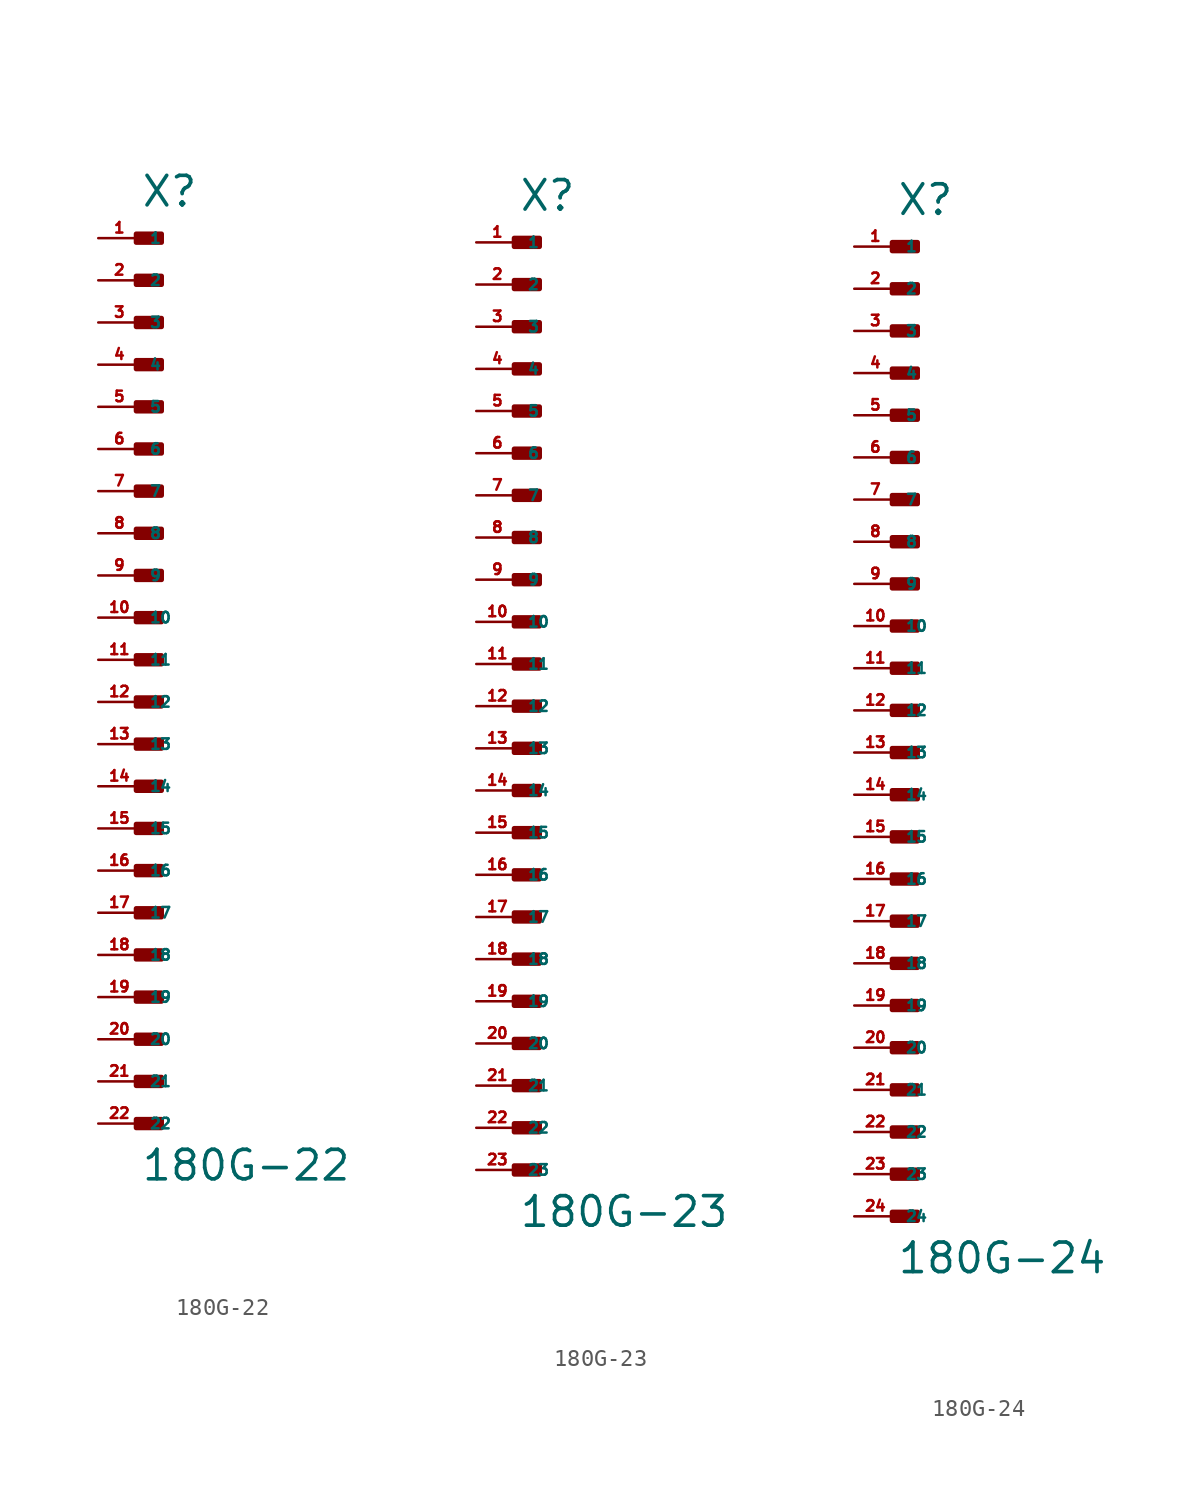
<source format=kicad_sym>
(kicad_symbol_lib
  (version 20220914)
  (generator Eagle2Kicad)
  (symbol "180G-22"
    (property "Reference" "X"
      (at 0 27.178 0)
      (effects (font (size 1.778 1.778) (thickness 0.22)) (justify left bottom)))
    (property "Value" "180G-22"
      (at 0 -31.496 0)
      (effects (font (size 1.778 1.778) (thickness 0.22)) (justify left bottom)))
    (rectangle
      (start -0.254 25.146)
      (end 1.27 25.654)
      (stroke (width 0.3) (type default))
      (fill (type outline)))
    (rectangle
      (start -0.254 22.606)
      (end 1.27 23.114)
      (stroke (width 0.3) (type default))
      (fill (type outline)))
    (rectangle
      (start -0.254 20.066)
      (end 1.27 20.574)
      (stroke (width 0.3) (type default))
      (fill (type outline)))
    (rectangle
      (start -0.254 17.526)
      (end 1.27 18.034)
      (stroke (width 0.3) (type default))
      (fill (type outline)))
    (rectangle
      (start -0.254 14.986)
      (end 1.27 15.494)
      (stroke (width 0.3) (type default))
      (fill (type outline)))
    (rectangle
      (start -0.254 12.446)
      (end 1.27 12.954)
      (stroke (width 0.3) (type default))
      (fill (type outline)))
    (rectangle
      (start -0.254 9.906)
      (end 1.27 10.414)
      (stroke (width 0.3) (type default))
      (fill (type outline)))
    (rectangle
      (start -0.254 7.366)
      (end 1.27 7.874)
      (stroke (width 0.3) (type default))
      (fill (type outline)))
    (rectangle
      (start -0.254 4.826)
      (end 1.27 5.334)
      (stroke (width 0.3) (type default))
      (fill (type outline)))
    (rectangle
      (start -0.254 2.286)
      (end 1.27 2.794)
      (stroke (width 0.3) (type default))
      (fill (type outline)))
    (rectangle
      (start -0.254 -0.254)
      (end 1.27 0.254)
      (stroke (width 0.3) (type default))
      (fill (type outline)))
    (rectangle
      (start -0.254 -2.794)
      (end 1.27 -2.286)
      (stroke (width 0.3) (type default))
      (fill (type outline)))
    (rectangle
      (start -0.254 -5.334)
      (end 1.27 -4.826)
      (stroke (width 0.3) (type default))
      (fill (type outline)))
    (rectangle
      (start -0.254 -7.874)
      (end 1.27 -7.366)
      (stroke (width 0.3) (type default))
      (fill (type outline)))
    (rectangle
      (start -0.254 -10.414)
      (end 1.27 -9.906)
      (stroke (width 0.3) (type default))
      (fill (type outline)))
    (rectangle
      (start -0.254 -12.954)
      (end 1.27 -12.446)
      (stroke (width 0.3) (type default))
      (fill (type outline)))
    (rectangle
      (start -0.254 -15.494)
      (end 1.27 -14.986)
      (stroke (width 0.3) (type default))
      (fill (type outline)))
    (rectangle
      (start -0.254 -18.034)
      (end 1.27 -17.526)
      (stroke (width 0.3) (type default))
      (fill (type outline)))
    (rectangle
      (start -0.254 -20.574)
      (end 1.27 -20.066)
      (stroke (width 0.3) (type default))
      (fill (type outline)))
    (rectangle
      (start -0.254 -23.114)
      (end 1.27 -22.606)
      (stroke (width 0.3) (type default))
      (fill (type outline)))
    (rectangle
      (start -0.254 -25.654)
      (end 1.27 -25.146)
      (stroke (width 0.3) (type default))
      (fill (type outline)))
    (rectangle
      (start -0.254 -28.194)
      (end 1.27 -27.686)
      (stroke (width 0.3) (type default))
      (fill (type outline)))
    (pin passive line
      (at -2.54 25.4 0)
      (length 2.54)
      (name "1" (effects (font (size 0.635 0.635) (thickness 0.08)) (justify left bottom)))
      (number "1" (effects (font (size 0.635 0.635) (thickness 0.08)) (justify left bottom))))
    (pin passive line
      (at -2.54 22.86 0)
      (length 2.54)
      (name "2" (effects (font (size 0.635 0.635) (thickness 0.08)) (justify left bottom)))
      (number "2" (effects (font (size 0.635 0.635) (thickness 0.08)) (justify left bottom))))
    (pin passive line
      (at -2.54 20.32 0)
      (length 2.54)
      (name "3" (effects (font (size 0.635 0.635) (thickness 0.08)) (justify left bottom)))
      (number "3" (effects (font (size 0.635 0.635) (thickness 0.08)) (justify left bottom))))
    (pin passive line
      (at -2.54 17.78 0)
      (length 2.54)
      (name "4" (effects (font (size 0.635 0.635) (thickness 0.08)) (justify left bottom)))
      (number "4" (effects (font (size 0.635 0.635) (thickness 0.08)) (justify left bottom))))
    (pin passive line
      (at -2.54 15.24 0)
      (length 2.54)
      (name "5" (effects (font (size 0.635 0.635) (thickness 0.08)) (justify left bottom)))
      (number "5" (effects (font (size 0.635 0.635) (thickness 0.08)) (justify left bottom))))
    (pin passive line
      (at -2.54 12.7 0)
      (length 2.54)
      (name "6" (effects (font (size 0.635 0.635) (thickness 0.08)) (justify left bottom)))
      (number "6" (effects (font (size 0.635 0.635) (thickness 0.08)) (justify left bottom))))
    (pin passive line
      (at -2.54 10.16 0)
      (length 2.54)
      (name "7" (effects (font (size 0.635 0.635) (thickness 0.08)) (justify left bottom)))
      (number "7" (effects (font (size 0.635 0.635) (thickness 0.08)) (justify left bottom))))
    (pin passive line
      (at -2.54 7.62 0)
      (length 2.54)
      (name "8" (effects (font (size 0.635 0.635) (thickness 0.08)) (justify left bottom)))
      (number "8" (effects (font (size 0.635 0.635) (thickness 0.08)) (justify left bottom))))
    (pin passive line
      (at -2.54 5.08 0)
      (length 2.54)
      (name "9" (effects (font (size 0.635 0.635) (thickness 0.08)) (justify left bottom)))
      (number "9" (effects (font (size 0.635 0.635) (thickness 0.08)) (justify left bottom))))
    (pin passive line
      (at -2.54 2.54 0)
      (length 2.54)
      (name "10" (effects (font (size 0.635 0.635) (thickness 0.08)) (justify left bottom)))
      (number "10" (effects (font (size 0.635 0.635) (thickness 0.08)) (justify left bottom))))
    (pin passive line
      (at -2.54 0 0)
      (length 2.54)
      (name "11" (effects (font (size 0.635 0.635) (thickness 0.08)) (justify left bottom)))
      (number "11" (effects (font (size 0.635 0.635) (thickness 0.08)) (justify left bottom))))
    (pin passive line
      (at -2.54 -2.54 0)
      (length 2.54)
      (name "12" (effects (font (size 0.635 0.635) (thickness 0.08)) (justify left bottom)))
      (number "12" (effects (font (size 0.635 0.635) (thickness 0.08)) (justify left bottom))))
    (pin passive line
      (at -2.54 -5.08 0)
      (length 2.54)
      (name "13" (effects (font (size 0.635 0.635) (thickness 0.08)) (justify left bottom)))
      (number "13" (effects (font (size 0.635 0.635) (thickness 0.08)) (justify left bottom))))
    (pin passive line
      (at -2.54 -7.62 0)
      (length 2.54)
      (name "14" (effects (font (size 0.635 0.635) (thickness 0.08)) (justify left bottom)))
      (number "14" (effects (font (size 0.635 0.635) (thickness 0.08)) (justify left bottom))))
    (pin passive line
      (at -2.54 -10.16 0)
      (length 2.54)
      (name "15" (effects (font (size 0.635 0.635) (thickness 0.08)) (justify left bottom)))
      (number "15" (effects (font (size 0.635 0.635) (thickness 0.08)) (justify left bottom))))
    (pin passive line
      (at -2.54 -12.7 0)
      (length 2.54)
      (name "16" (effects (font (size 0.635 0.635) (thickness 0.08)) (justify left bottom)))
      (number "16" (effects (font (size 0.635 0.635) (thickness 0.08)) (justify left bottom))))
    (pin passive line
      (at -2.54 -15.24 0)
      (length 2.54)
      (name "17" (effects (font (size 0.635 0.635) (thickness 0.08)) (justify left bottom)))
      (number "17" (effects (font (size 0.635 0.635) (thickness 0.08)) (justify left bottom))))
    (pin passive line
      (at -2.54 -17.78 0)
      (length 2.54)
      (name "18" (effects (font (size 0.635 0.635) (thickness 0.08)) (justify left bottom)))
      (number "18" (effects (font (size 0.635 0.635) (thickness 0.08)) (justify left bottom))))
    (pin passive line
      (at -2.54 -20.32 0)
      (length 2.54)
      (name "19" (effects (font (size 0.635 0.635) (thickness 0.08)) (justify left bottom)))
      (number "19" (effects (font (size 0.635 0.635) (thickness 0.08)) (justify left bottom))))
    (pin passive line
      (at -2.54 -22.86 0)
      (length 2.54)
      (name "20" (effects (font (size 0.635 0.635) (thickness 0.08)) (justify left bottom)))
      (number "20" (effects (font (size 0.635 0.635) (thickness 0.08)) (justify left bottom))))
    (pin passive line
      (at -2.54 -25.4 0)
      (length 2.54)
      (name "21" (effects (font (size 0.635 0.635) (thickness 0.08)) (justify left bottom)))
      (number "21" (effects (font (size 0.635 0.635) (thickness 0.08)) (justify left bottom))))
    (pin passive line
      (at -2.54 -27.94 0)
      (length 2.54)
      (name "22" (effects (font (size 0.635 0.635) (thickness 0.08)) (justify left bottom)))
      (number "22" (effects (font (size 0.635 0.635) (thickness 0.08)) (justify left bottom)))))
  (symbol "180G-23"
    (property "Reference" "X"
      (at 0 27.178 0)
      (effects (font (size 1.778 1.778) (thickness 0.22)) (justify left bottom)))
    (property "Value" "180G-23"
      (at 0 -34.036 0)
      (effects (font (size 1.778 1.778) (thickness 0.22)) (justify left bottom)))
    (rectangle
      (start -0.254 25.146)
      (end 1.27 25.654)
      (stroke (width 0.3) (type default))
      (fill (type outline)))
    (rectangle
      (start -0.254 22.606)
      (end 1.27 23.114)
      (stroke (width 0.3) (type default))
      (fill (type outline)))
    (rectangle
      (start -0.254 20.066)
      (end 1.27 20.574)
      (stroke (width 0.3) (type default))
      (fill (type outline)))
    (rectangle
      (start -0.254 17.526)
      (end 1.27 18.034)
      (stroke (width 0.3) (type default))
      (fill (type outline)))
    (rectangle
      (start -0.254 14.986)
      (end 1.27 15.494)
      (stroke (width 0.3) (type default))
      (fill (type outline)))
    (rectangle
      (start -0.254 12.446)
      (end 1.27 12.954)
      (stroke (width 0.3) (type default))
      (fill (type outline)))
    (rectangle
      (start -0.254 9.906)
      (end 1.27 10.414)
      (stroke (width 0.3) (type default))
      (fill (type outline)))
    (rectangle
      (start -0.254 7.366)
      (end 1.27 7.874)
      (stroke (width 0.3) (type default))
      (fill (type outline)))
    (rectangle
      (start -0.254 4.826)
      (end 1.27 5.334)
      (stroke (width 0.3) (type default))
      (fill (type outline)))
    (rectangle
      (start -0.254 2.286)
      (end 1.27 2.794)
      (stroke (width 0.3) (type default))
      (fill (type outline)))
    (rectangle
      (start -0.254 -0.254)
      (end 1.27 0.254)
      (stroke (width 0.3) (type default))
      (fill (type outline)))
    (rectangle
      (start -0.254 -2.794)
      (end 1.27 -2.286)
      (stroke (width 0.3) (type default))
      (fill (type outline)))
    (rectangle
      (start -0.254 -5.334)
      (end 1.27 -4.826)
      (stroke (width 0.3) (type default))
      (fill (type outline)))
    (rectangle
      (start -0.254 -7.874)
      (end 1.27 -7.366)
      (stroke (width 0.3) (type default))
      (fill (type outline)))
    (rectangle
      (start -0.254 -10.414)
      (end 1.27 -9.906)
      (stroke (width 0.3) (type default))
      (fill (type outline)))
    (rectangle
      (start -0.254 -12.954)
      (end 1.27 -12.446)
      (stroke (width 0.3) (type default))
      (fill (type outline)))
    (rectangle
      (start -0.254 -15.494)
      (end 1.27 -14.986)
      (stroke (width 0.3) (type default))
      (fill (type outline)))
    (rectangle
      (start -0.254 -18.034)
      (end 1.27 -17.526)
      (stroke (width 0.3) (type default))
      (fill (type outline)))
    (rectangle
      (start -0.254 -20.574)
      (end 1.27 -20.066)
      (stroke (width 0.3) (type default))
      (fill (type outline)))
    (rectangle
      (start -0.254 -23.114)
      (end 1.27 -22.606)
      (stroke (width 0.3) (type default))
      (fill (type outline)))
    (rectangle
      (start -0.254 -25.654)
      (end 1.27 -25.146)
      (stroke (width 0.3) (type default))
      (fill (type outline)))
    (rectangle
      (start -0.254 -28.194)
      (end 1.27 -27.686)
      (stroke (width 0.3) (type default))
      (fill (type outline)))
    (rectangle
      (start -0.254 -30.734)
      (end 1.27 -30.226)
      (stroke (width 0.3) (type default))
      (fill (type outline)))
    (pin passive line
      (at -2.54 25.4 0)
      (length 2.54)
      (name "1" (effects (font (size 0.635 0.635) (thickness 0.08)) (justify left bottom)))
      (number "1" (effects (font (size 0.635 0.635) (thickness 0.08)) (justify left bottom))))
    (pin passive line
      (at -2.54 22.86 0)
      (length 2.54)
      (name "2" (effects (font (size 0.635 0.635) (thickness 0.08)) (justify left bottom)))
      (number "2" (effects (font (size 0.635 0.635) (thickness 0.08)) (justify left bottom))))
    (pin passive line
      (at -2.54 20.32 0)
      (length 2.54)
      (name "3" (effects (font (size 0.635 0.635) (thickness 0.08)) (justify left bottom)))
      (number "3" (effects (font (size 0.635 0.635) (thickness 0.08)) (justify left bottom))))
    (pin passive line
      (at -2.54 17.78 0)
      (length 2.54)
      (name "4" (effects (font (size 0.635 0.635) (thickness 0.08)) (justify left bottom)))
      (number "4" (effects (font (size 0.635 0.635) (thickness 0.08)) (justify left bottom))))
    (pin passive line
      (at -2.54 15.24 0)
      (length 2.54)
      (name "5" (effects (font (size 0.635 0.635) (thickness 0.08)) (justify left bottom)))
      (number "5" (effects (font (size 0.635 0.635) (thickness 0.08)) (justify left bottom))))
    (pin passive line
      (at -2.54 12.7 0)
      (length 2.54)
      (name "6" (effects (font (size 0.635 0.635) (thickness 0.08)) (justify left bottom)))
      (number "6" (effects (font (size 0.635 0.635) (thickness 0.08)) (justify left bottom))))
    (pin passive line
      (at -2.54 10.16 0)
      (length 2.54)
      (name "7" (effects (font (size 0.635 0.635) (thickness 0.08)) (justify left bottom)))
      (number "7" (effects (font (size 0.635 0.635) (thickness 0.08)) (justify left bottom))))
    (pin passive line
      (at -2.54 7.62 0)
      (length 2.54)
      (name "8" (effects (font (size 0.635 0.635) (thickness 0.08)) (justify left bottom)))
      (number "8" (effects (font (size 0.635 0.635) (thickness 0.08)) (justify left bottom))))
    (pin passive line
      (at -2.54 5.08 0)
      (length 2.54)
      (name "9" (effects (font (size 0.635 0.635) (thickness 0.08)) (justify left bottom)))
      (number "9" (effects (font (size 0.635 0.635) (thickness 0.08)) (justify left bottom))))
    (pin passive line
      (at -2.54 2.54 0)
      (length 2.54)
      (name "10" (effects (font (size 0.635 0.635) (thickness 0.08)) (justify left bottom)))
      (number "10" (effects (font (size 0.635 0.635) (thickness 0.08)) (justify left bottom))))
    (pin passive line
      (at -2.54 0 0)
      (length 2.54)
      (name "11" (effects (font (size 0.635 0.635) (thickness 0.08)) (justify left bottom)))
      (number "11" (effects (font (size 0.635 0.635) (thickness 0.08)) (justify left bottom))))
    (pin passive line
      (at -2.54 -2.54 0)
      (length 2.54)
      (name "12" (effects (font (size 0.635 0.635) (thickness 0.08)) (justify left bottom)))
      (number "12" (effects (font (size 0.635 0.635) (thickness 0.08)) (justify left bottom))))
    (pin passive line
      (at -2.54 -5.08 0)
      (length 2.54)
      (name "13" (effects (font (size 0.635 0.635) (thickness 0.08)) (justify left bottom)))
      (number "13" (effects (font (size 0.635 0.635) (thickness 0.08)) (justify left bottom))))
    (pin passive line
      (at -2.54 -7.62 0)
      (length 2.54)
      (name "14" (effects (font (size 0.635 0.635) (thickness 0.08)) (justify left bottom)))
      (number "14" (effects (font (size 0.635 0.635) (thickness 0.08)) (justify left bottom))))
    (pin passive line
      (at -2.54 -10.16 0)
      (length 2.54)
      (name "15" (effects (font (size 0.635 0.635) (thickness 0.08)) (justify left bottom)))
      (number "15" (effects (font (size 0.635 0.635) (thickness 0.08)) (justify left bottom))))
    (pin passive line
      (at -2.54 -12.7 0)
      (length 2.54)
      (name "16" (effects (font (size 0.635 0.635) (thickness 0.08)) (justify left bottom)))
      (number "16" (effects (font (size 0.635 0.635) (thickness 0.08)) (justify left bottom))))
    (pin passive line
      (at -2.54 -15.24 0)
      (length 2.54)
      (name "17" (effects (font (size 0.635 0.635) (thickness 0.08)) (justify left bottom)))
      (number "17" (effects (font (size 0.635 0.635) (thickness 0.08)) (justify left bottom))))
    (pin passive line
      (at -2.54 -17.78 0)
      (length 2.54)
      (name "18" (effects (font (size 0.635 0.635) (thickness 0.08)) (justify left bottom)))
      (number "18" (effects (font (size 0.635 0.635) (thickness 0.08)) (justify left bottom))))
    (pin passive line
      (at -2.54 -20.32 0)
      (length 2.54)
      (name "19" (effects (font (size 0.635 0.635) (thickness 0.08)) (justify left bottom)))
      (number "19" (effects (font (size 0.635 0.635) (thickness 0.08)) (justify left bottom))))
    (pin passive line
      (at -2.54 -22.86 0)
      (length 2.54)
      (name "20" (effects (font (size 0.635 0.635) (thickness 0.08)) (justify left bottom)))
      (number "20" (effects (font (size 0.635 0.635) (thickness 0.08)) (justify left bottom))))
    (pin passive line
      (at -2.54 -25.4 0)
      (length 2.54)
      (name "21" (effects (font (size 0.635 0.635) (thickness 0.08)) (justify left bottom)))
      (number "21" (effects (font (size 0.635 0.635) (thickness 0.08)) (justify left bottom))))
    (pin passive line
      (at -2.54 -27.94 0)
      (length 2.54)
      (name "22" (effects (font (size 0.635 0.635) (thickness 0.08)) (justify left bottom)))
      (number "22" (effects (font (size 0.635 0.635) (thickness 0.08)) (justify left bottom))))
    (pin passive line
      (at -2.54 -30.48 0)
      (length 2.54)
      (name "23" (effects (font (size 0.635 0.635) (thickness 0.08)) (justify left bottom)))
      (number "23" (effects (font (size 0.635 0.635) (thickness 0.08)) (justify left bottom)))))
  (symbol "180G-24"
    (property "Reference" "X"
      (at 0 29.718 0)
      (effects (font (size 1.778 1.778) (thickness 0.22)) (justify left bottom)))
    (property "Value" "180G-24"
      (at 0 -34.036 0)
      (effects (font (size 1.778 1.778) (thickness 0.22)) (justify left bottom)))
    (rectangle
      (start -0.254 27.686)
      (end 1.27 28.194)
      (stroke (width 0.3) (type default))
      (fill (type outline)))
    (rectangle
      (start -0.254 25.146)
      (end 1.27 25.654)
      (stroke (width 0.3) (type default))
      (fill (type outline)))
    (rectangle
      (start -0.254 22.606)
      (end 1.27 23.114)
      (stroke (width 0.3) (type default))
      (fill (type outline)))
    (rectangle
      (start -0.254 20.066)
      (end 1.27 20.574)
      (stroke (width 0.3) (type default))
      (fill (type outline)))
    (rectangle
      (start -0.254 17.526)
      (end 1.27 18.034)
      (stroke (width 0.3) (type default))
      (fill (type outline)))
    (rectangle
      (start -0.254 14.986)
      (end 1.27 15.494)
      (stroke (width 0.3) (type default))
      (fill (type outline)))
    (rectangle
      (start -0.254 12.446)
      (end 1.27 12.954)
      (stroke (width 0.3) (type default))
      (fill (type outline)))
    (rectangle
      (start -0.254 9.906)
      (end 1.27 10.414)
      (stroke (width 0.3) (type default))
      (fill (type outline)))
    (rectangle
      (start -0.254 7.366)
      (end 1.27 7.874)
      (stroke (width 0.3) (type default))
      (fill (type outline)))
    (rectangle
      (start -0.254 4.826)
      (end 1.27 5.334)
      (stroke (width 0.3) (type default))
      (fill (type outline)))
    (rectangle
      (start -0.254 2.286)
      (end 1.27 2.794)
      (stroke (width 0.3) (type default))
      (fill (type outline)))
    (rectangle
      (start -0.254 -0.254)
      (end 1.27 0.254)
      (stroke (width 0.3) (type default))
      (fill (type outline)))
    (rectangle
      (start -0.254 -2.794)
      (end 1.27 -2.286)
      (stroke (width 0.3) (type default))
      (fill (type outline)))
    (rectangle
      (start -0.254 -5.334)
      (end 1.27 -4.826)
      (stroke (width 0.3) (type default))
      (fill (type outline)))
    (rectangle
      (start -0.254 -7.874)
      (end 1.27 -7.366)
      (stroke (width 0.3) (type default))
      (fill (type outline)))
    (rectangle
      (start -0.254 -10.414)
      (end 1.27 -9.906)
      (stroke (width 0.3) (type default))
      (fill (type outline)))
    (rectangle
      (start -0.254 -12.954)
      (end 1.27 -12.446)
      (stroke (width 0.3) (type default))
      (fill (type outline)))
    (rectangle
      (start -0.254 -15.494)
      (end 1.27 -14.986)
      (stroke (width 0.3) (type default))
      (fill (type outline)))
    (rectangle
      (start -0.254 -18.034)
      (end 1.27 -17.526)
      (stroke (width 0.3) (type default))
      (fill (type outline)))
    (rectangle
      (start -0.254 -20.574)
      (end 1.27 -20.066)
      (stroke (width 0.3) (type default))
      (fill (type outline)))
    (rectangle
      (start -0.254 -23.114)
      (end 1.27 -22.606)
      (stroke (width 0.3) (type default))
      (fill (type outline)))
    (rectangle
      (start -0.254 -25.654)
      (end 1.27 -25.146)
      (stroke (width 0.3) (type default))
      (fill (type outline)))
    (rectangle
      (start -0.254 -28.194)
      (end 1.27 -27.686)
      (stroke (width 0.3) (type default))
      (fill (type outline)))
    (rectangle
      (start -0.254 -30.734)
      (end 1.27 -30.226)
      (stroke (width 0.3) (type default))
      (fill (type outline)))
    (pin passive line
      (at -2.54 27.94 0)
      (length 2.54)
      (name "1" (effects (font (size 0.635 0.635) (thickness 0.08)) (justify left bottom)))
      (number "1" (effects (font (size 0.635 0.635) (thickness 0.08)) (justify left bottom))))
    (pin passive line
      (at -2.54 25.4 0)
      (length 2.54)
      (name "2" (effects (font (size 0.635 0.635) (thickness 0.08)) (justify left bottom)))
      (number "2" (effects (font (size 0.635 0.635) (thickness 0.08)) (justify left bottom))))
    (pin passive line
      (at -2.54 22.86 0)
      (length 2.54)
      (name "3" (effects (font (size 0.635 0.635) (thickness 0.08)) (justify left bottom)))
      (number "3" (effects (font (size 0.635 0.635) (thickness 0.08)) (justify left bottom))))
    (pin passive line
      (at -2.54 20.32 0)
      (length 2.54)
      (name "4" (effects (font (size 0.635 0.635) (thickness 0.08)) (justify left bottom)))
      (number "4" (effects (font (size 0.635 0.635) (thickness 0.08)) (justify left bottom))))
    (pin passive line
      (at -2.54 17.78 0)
      (length 2.54)
      (name "5" (effects (font (size 0.635 0.635) (thickness 0.08)) (justify left bottom)))
      (number "5" (effects (font (size 0.635 0.635) (thickness 0.08)) (justify left bottom))))
    (pin passive line
      (at -2.54 15.24 0)
      (length 2.54)
      (name "6" (effects (font (size 0.635 0.635) (thickness 0.08)) (justify left bottom)))
      (number "6" (effects (font (size 0.635 0.635) (thickness 0.08)) (justify left bottom))))
    (pin passive line
      (at -2.54 12.7 0)
      (length 2.54)
      (name "7" (effects (font (size 0.635 0.635) (thickness 0.08)) (justify left bottom)))
      (number "7" (effects (font (size 0.635 0.635) (thickness 0.08)) (justify left bottom))))
    (pin passive line
      (at -2.54 10.16 0)
      (length 2.54)
      (name "8" (effects (font (size 0.635 0.635) (thickness 0.08)) (justify left bottom)))
      (number "8" (effects (font (size 0.635 0.635) (thickness 0.08)) (justify left bottom))))
    (pin passive line
      (at -2.54 7.62 0)
      (length 2.54)
      (name "9" (effects (font (size 0.635 0.635) (thickness 0.08)) (justify left bottom)))
      (number "9" (effects (font (size 0.635 0.635) (thickness 0.08)) (justify left bottom))))
    (pin passive line
      (at -2.54 5.08 0)
      (length 2.54)
      (name "10" (effects (font (size 0.635 0.635) (thickness 0.08)) (justify left bottom)))
      (number "10" (effects (font (size 0.635 0.635) (thickness 0.08)) (justify left bottom))))
    (pin passive line
      (at -2.54 2.54 0)
      (length 2.54)
      (name "11" (effects (font (size 0.635 0.635) (thickness 0.08)) (justify left bottom)))
      (number "11" (effects (font (size 0.635 0.635) (thickness 0.08)) (justify left bottom))))
    (pin passive line
      (at -2.54 0 0)
      (length 2.54)
      (name "12" (effects (font (size 0.635 0.635) (thickness 0.08)) (justify left bottom)))
      (number "12" (effects (font (size 0.635 0.635) (thickness 0.08)) (justify left bottom))))
    (pin passive line
      (at -2.54 -2.54 0)
      (length 2.54)
      (name "13" (effects (font (size 0.635 0.635) (thickness 0.08)) (justify left bottom)))
      (number "13" (effects (font (size 0.635 0.635) (thickness 0.08)) (justify left bottom))))
    (pin passive line
      (at -2.54 -5.08 0)
      (length 2.54)
      (name "14" (effects (font (size 0.635 0.635) (thickness 0.08)) (justify left bottom)))
      (number "14" (effects (font (size 0.635 0.635) (thickness 0.08)) (justify left bottom))))
    (pin passive line
      (at -2.54 -7.62 0)
      (length 2.54)
      (name "15" (effects (font (size 0.635 0.635) (thickness 0.08)) (justify left bottom)))
      (number "15" (effects (font (size 0.635 0.635) (thickness 0.08)) (justify left bottom))))
    (pin passive line
      (at -2.54 -10.16 0)
      (length 2.54)
      (name "16" (effects (font (size 0.635 0.635) (thickness 0.08)) (justify left bottom)))
      (number "16" (effects (font (size 0.635 0.635) (thickness 0.08)) (justify left bottom))))
    (pin passive line
      (at -2.54 -12.7 0)
      (length 2.54)
      (name "17" (effects (font (size 0.635 0.635) (thickness 0.08)) (justify left bottom)))
      (number "17" (effects (font (size 0.635 0.635) (thickness 0.08)) (justify left bottom))))
    (pin passive line
      (at -2.54 -15.24 0)
      (length 2.54)
      (name "18" (effects (font (size 0.635 0.635) (thickness 0.08)) (justify left bottom)))
      (number "18" (effects (font (size 0.635 0.635) (thickness 0.08)) (justify left bottom))))
    (pin passive line
      (at -2.54 -17.78 0)
      (length 2.54)
      (name "19" (effects (font (size 0.635 0.635) (thickness 0.08)) (justify left bottom)))
      (number "19" (effects (font (size 0.635 0.635) (thickness 0.08)) (justify left bottom))))
    (pin passive line
      (at -2.54 -20.32 0)
      (length 2.54)
      (name "20" (effects (font (size 0.635 0.635) (thickness 0.08)) (justify left bottom)))
      (number "20" (effects (font (size 0.635 0.635) (thickness 0.08)) (justify left bottom))))
    (pin passive line
      (at -2.54 -22.86 0)
      (length 2.54)
      (name "21" (effects (font (size 0.635 0.635) (thickness 0.08)) (justify left bottom)))
      (number "21" (effects (font (size 0.635 0.635) (thickness 0.08)) (justify left bottom))))
    (pin passive line
      (at -2.54 -25.4 0)
      (length 2.54)
      (name "22" (effects (font (size 0.635 0.635) (thickness 0.08)) (justify left bottom)))
      (number "22" (effects (font (size 0.635 0.635) (thickness 0.08)) (justify left bottom))))
    (pin passive line
      (at -2.54 -27.94 0)
      (length 2.54)
      (name "23" (effects (font (size 0.635 0.635) (thickness 0.08)) (justify left bottom)))
      (number "23" (effects (font (size 0.635 0.635) (thickness 0.08)) (justify left bottom))))
    (pin passive line
      (at -2.54 -30.48 0)
      (length 2.54)
      (name "24" (effects (font (size 0.635 0.635) (thickness 0.08)) (justify left bottom)))
      (number "24" (effects (font (size 0.635 0.635) (thickness 0.08)) (justify left bottom))))))
</source>
